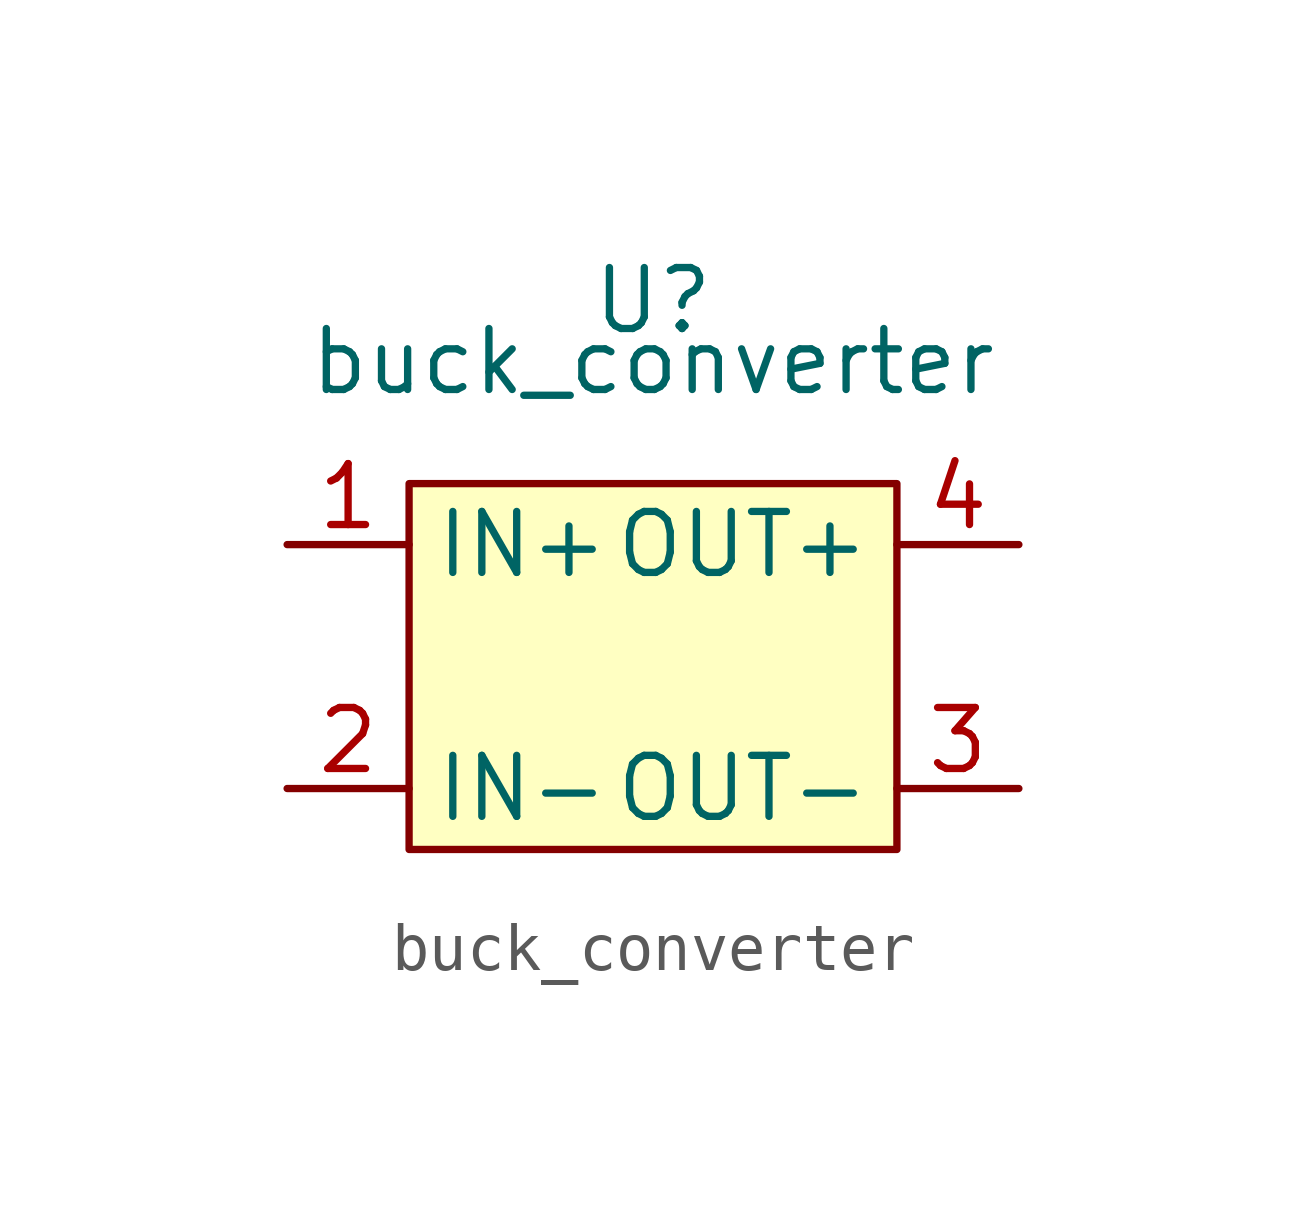
<source format=kicad_sym>
(kicad_symbol_lib
  (version 20211014)
  (generator kicad_symbol_editor)
  (symbol "buck_converter"
    (property "Reference" "U"
      (at 0 5.08 0)
      (effects (font (size 1.27 1.27))))
    (property "Value" "buck_converter"
      (at 0 3.81 0)
      (effects (font (size 1.27 1.27))))
    (symbol "buck_converter_0_1"
      (rectangle (start -5.08 1.27) (end 5.08 -6.35) (stroke (width 0) (type default) (color 0 0 0 0)) (fill (type background))))
    (symbol "buck_converter_1_1"
      (pin input line (at -7.62 0 0) (length 2.54) (name "IN+" (effects (font (size 1.27 1.27)))) (number "1" (effects (font (size 1.27 1.27)))))
      (pin input line (at -7.62 -5.08 0) (length 2.54) (name "IN-" (effects (font (size 1.27 1.27)))) (number "2" (effects (font (size 1.27 1.27)))))
      (pin input line (at 7.62 -5.08 180) (length 2.54) (name "OUT-" (effects (font (size 1.27 1.27)))) (number "3" (effects (font (size 1.27 1.27)))))
      (pin input line (at 7.62 0 180) (length 2.54) (name "OUT+" (effects (font (size 1.27 1.27)))) (number "4" (effects (font (size 1.27 1.27))))))))
</source>
